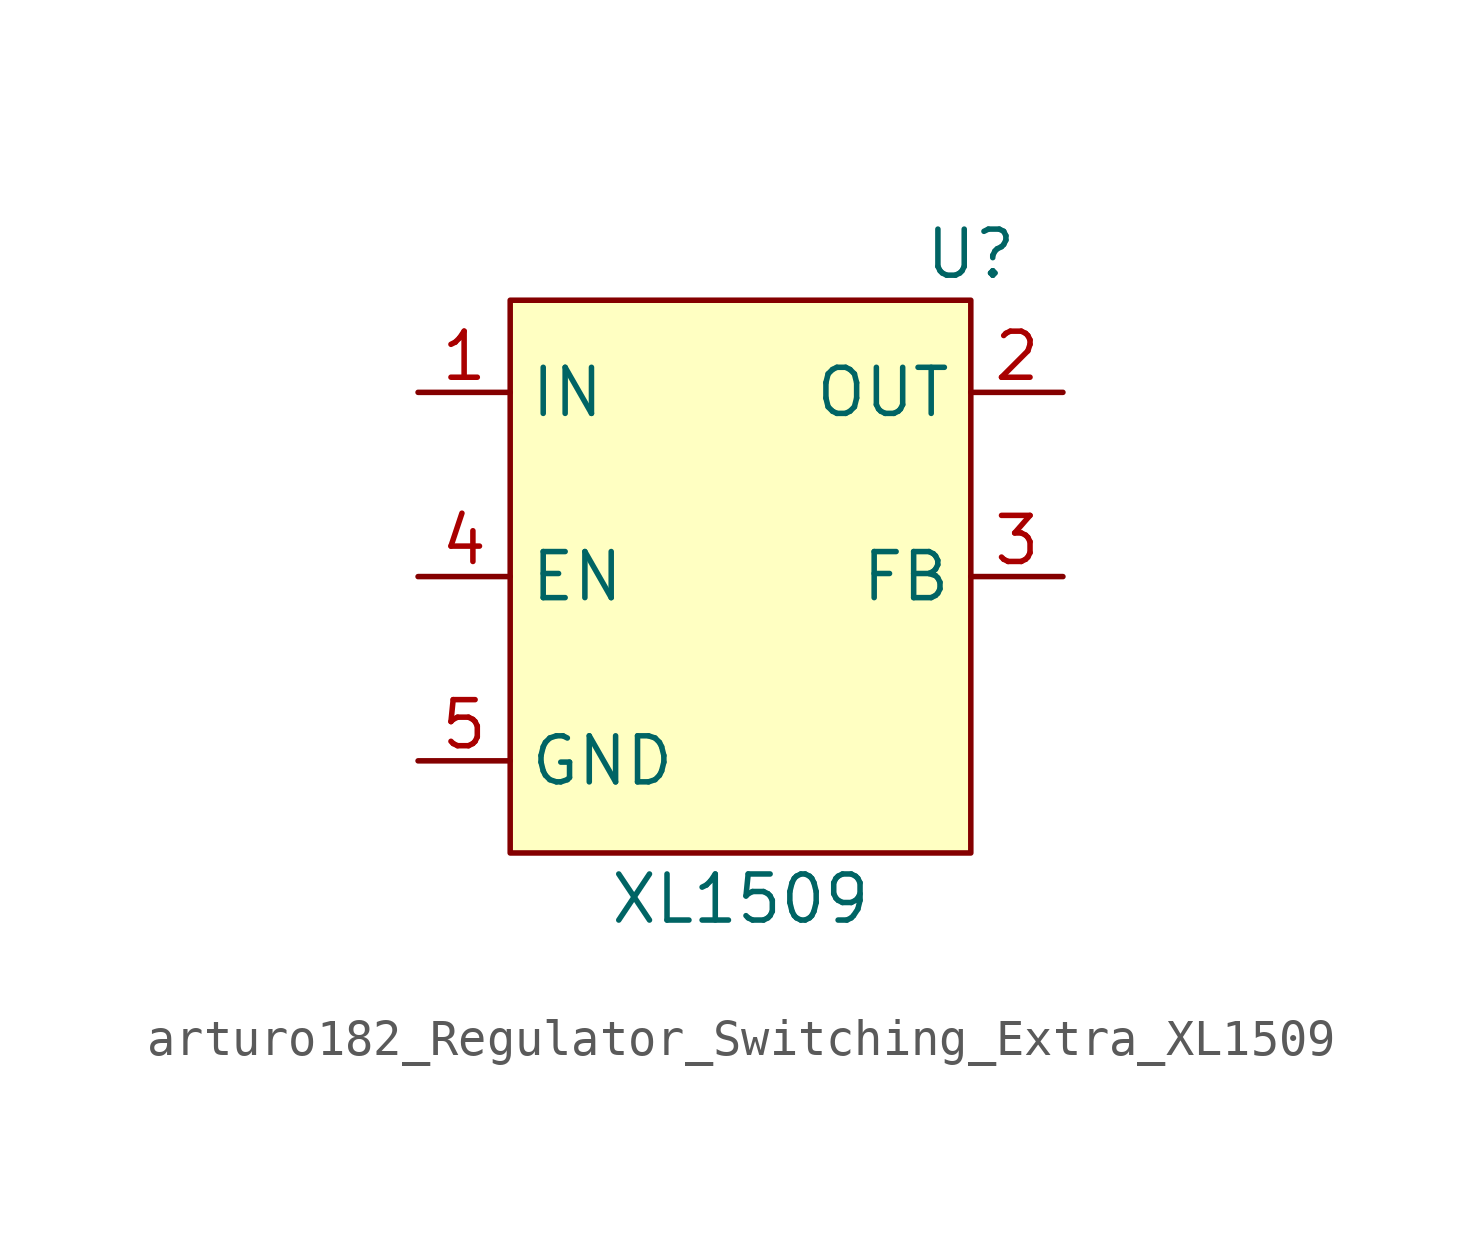
<source format=kicad_sym>
(kicad_symbol_lib
  (version 20220914)
  (generator kicad_symbol_editor)
  (symbol "Regulator_Switching_Extra:arturo182_Regulator_Switching_Extra_XL1509"
    (property "Reference" "U"
      (at 6.35 8.89 0)
      (effects (font (size 1.27 1.27))))
    (property "Value" "XL1509"
      (at 0 -8.89 0)
      (effects (font (size 1.27 1.27))))
    (symbol "arturo182_Regulator_Switching_Extra_XL1509_0_0"
      (pin passive line (at -8.89 -5.08 0) (length 2.54) hide (name "GND" (effects (font (size 1.27 1.27)))) (number "6" (effects (font (size 1.27 1.27)))))
      (pin passive line (at -8.89 -5.08 0) (length 2.54) hide (name "GND" (effects (font (size 1.27 1.27)))) (number "7" (effects (font (size 1.27 1.27)))))
      (pin passive line (at -8.89 -5.08 0) (length 2.54) hide (name "GND" (effects (font (size 1.27 1.27)))) (number "8" (effects (font (size 1.27 1.27))))))
    (symbol "arturo182_Regulator_Switching_Extra_XL1509_0_1"
      (rectangle (start -6.35 7.62) (end 6.35 -7.62) (stroke (width 0)) (fill (type background))))
    (symbol "arturo182_Regulator_Switching_Extra_XL1509_1_1"
      (pin power_in line (at -8.89 5.08 0) (length 2.54) (name "IN" (effects (font (size 1.27 1.27)))) (number "1" (effects (font (size 1.27 1.27)))))
      (pin power_out line (at 8.89 5.08 180) (length 2.54) (name "OUT" (effects (font (size 1.27 1.27)))) (number "2" (effects (font (size 1.27 1.27)))))
      (pin input line (at 8.89 0 180) (length 2.54) (name "FB" (effects (font (size 1.27 1.27)))) (number "3" (effects (font (size 1.27 1.27)))))
      (pin input line (at -8.89 0 0) (length 2.54) (name "EN" (effects (font (size 1.27 1.27)))) (number "4" (effects (font (size 1.27 1.27)))))
      (pin power_in line (at -8.89 -5.08 0) (length 2.54) (name "GND" (effects (font (size 1.27 1.27)))) (number "5" (effects (font (size 1.27 1.27))))))))
</source>
